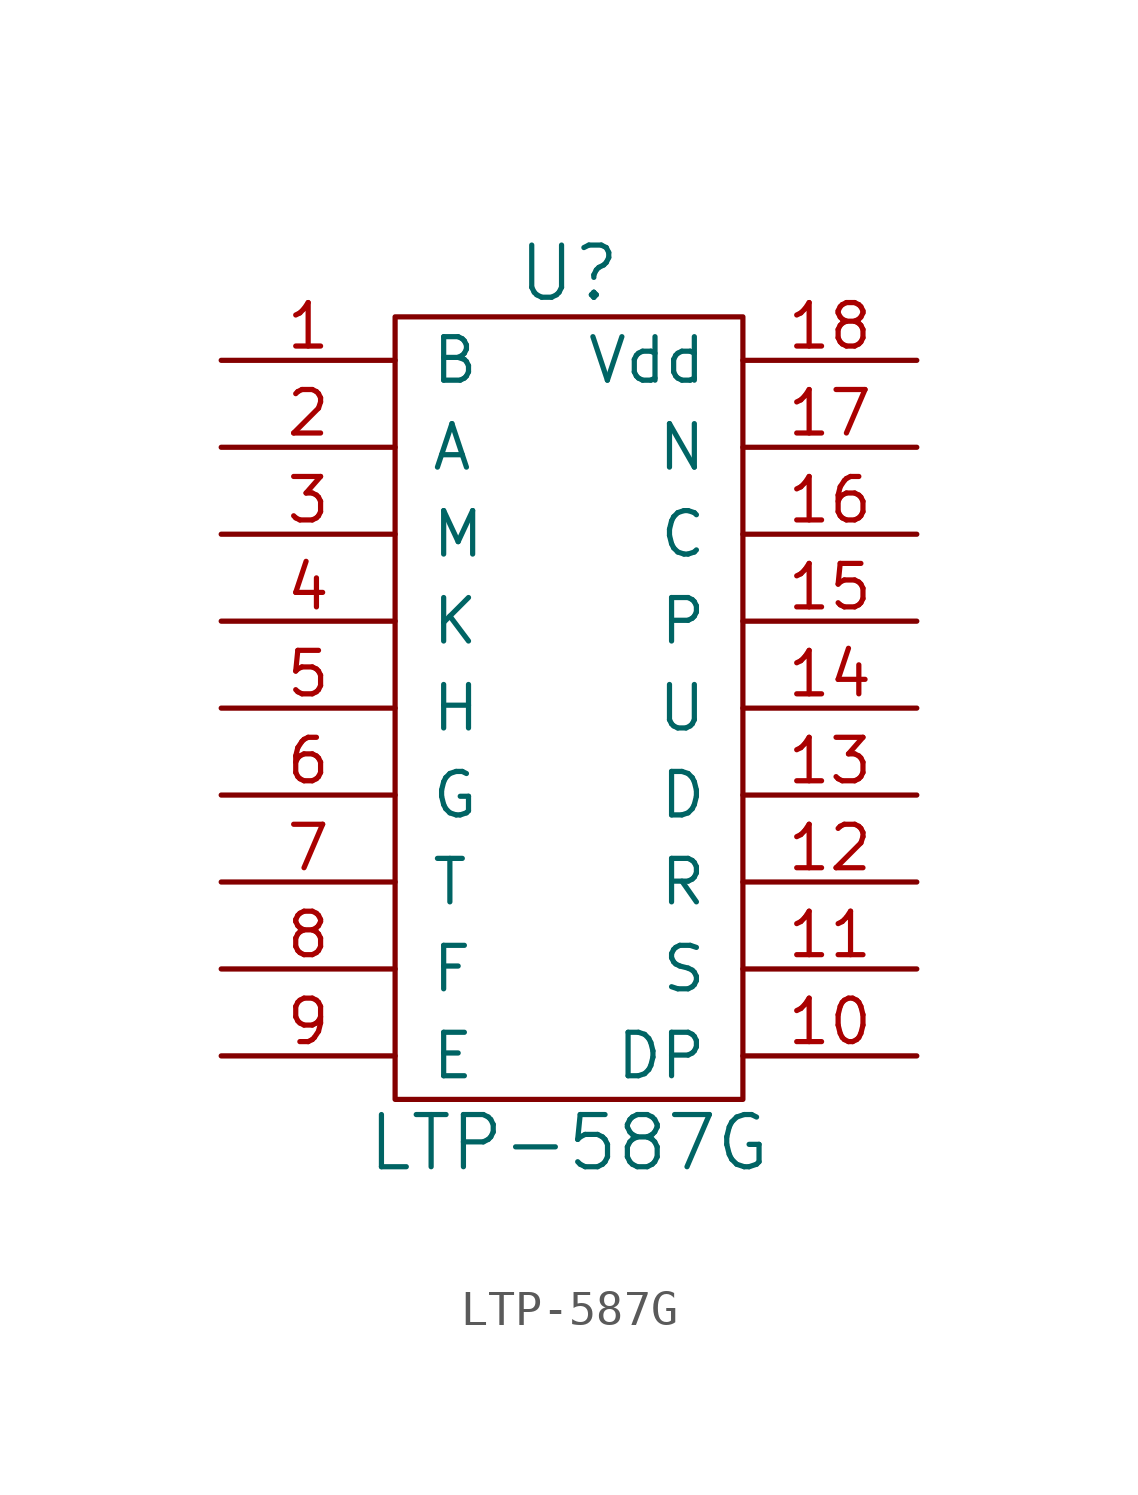
<source format=kicad_sym>
(kicad_symbol_lib
  (version 20211014)
  (generator kicad_symbol_editor)
  (symbol "LTP-587G"
    (pin_names
      (offset 1.016))
    (property "Reference" "U"
      (at 0 12.7 0)
      (effects (font (size 1.524 1.524))))
    (property "Value" "LTP-587G"
      (at 0 -12.7 0)
      (effects (font (size 1.524 1.524))))
    (symbol "LTP-587G_0_1"
      (rectangle (start -5.08 11.43) (end 5.08 -11.43) (stroke (width 0) (type default) (color 0 0 0 0)) (fill (type none))))
    (symbol "LTP-587G_1_1"
      (pin input line (at -10.16 10.16 0) (length 5.08) (name "B" (effects (font (size 1.27 1.27)))) (number "1" (effects (font (size 1.27 1.27)))))
      (pin input line (at 10.16 -10.16 180) (length 5.08) (name "DP" (effects (font (size 1.27 1.27)))) (number "10" (effects (font (size 1.27 1.27)))))
      (pin input line (at 10.16 -7.62 180) (length 5.08) (name "S" (effects (font (size 1.27 1.27)))) (number "11" (effects (font (size 1.27 1.27)))))
      (pin input line (at 10.16 -5.08 180) (length 5.08) (name "R" (effects (font (size 1.27 1.27)))) (number "12" (effects (font (size 1.27 1.27)))))
      (pin input line (at 10.16 -2.54 180) (length 5.08) (name "D" (effects (font (size 1.27 1.27)))) (number "13" (effects (font (size 1.27 1.27)))))
      (pin input line (at 10.16 0 180) (length 5.08) (name "U" (effects (font (size 1.27 1.27)))) (number "14" (effects (font (size 1.27 1.27)))))
      (pin input line (at 10.16 2.54 180) (length 5.08) (name "P" (effects (font (size 1.27 1.27)))) (number "15" (effects (font (size 1.27 1.27)))))
      (pin input line (at 10.16 5.08 180) (length 5.08) (name "C" (effects (font (size 1.27 1.27)))) (number "16" (effects (font (size 1.27 1.27)))))
      (pin input line (at 10.16 7.62 180) (length 5.08) (name "N" (effects (font (size 1.27 1.27)))) (number "17" (effects (font (size 1.27 1.27)))))
      (pin input line (at 10.16 10.16 180) (length 5.08) (name "Vdd" (effects (font (size 1.27 1.27)))) (number "18" (effects (font (size 1.27 1.27)))))
      (pin input line (at -10.16 7.62 0) (length 5.08) (name "A" (effects (font (size 1.27 1.27)))) (number "2" (effects (font (size 1.27 1.27)))))
      (pin input line (at -10.16 5.08 0) (length 5.08) (name "M" (effects (font (size 1.27 1.27)))) (number "3" (effects (font (size 1.27 1.27)))))
      (pin input line (at -10.16 2.54 0) (length 5.08) (name "K" (effects (font (size 1.27 1.27)))) (number "4" (effects (font (size 1.27 1.27)))))
      (pin input line (at -10.16 0 0) (length 5.08) (name "H" (effects (font (size 1.27 1.27)))) (number "5" (effects (font (size 1.27 1.27)))))
      (pin input line (at -10.16 -2.54 0) (length 5.08) (name "G" (effects (font (size 1.27 1.27)))) (number "6" (effects (font (size 1.27 1.27)))))
      (pin input line (at -10.16 -5.08 0) (length 5.08) (name "T" (effects (font (size 1.27 1.27)))) (number "7" (effects (font (size 1.27 1.27)))))
      (pin input line (at -10.16 -7.62 0) (length 5.08) (name "F" (effects (font (size 1.27 1.27)))) (number "8" (effects (font (size 1.27 1.27)))))
      (pin input line (at -10.16 -10.16 0) (length 5.08) (name "E" (effects (font (size 1.27 1.27)))) (number "9" (effects (font (size 1.27 1.27))))))))
</source>
